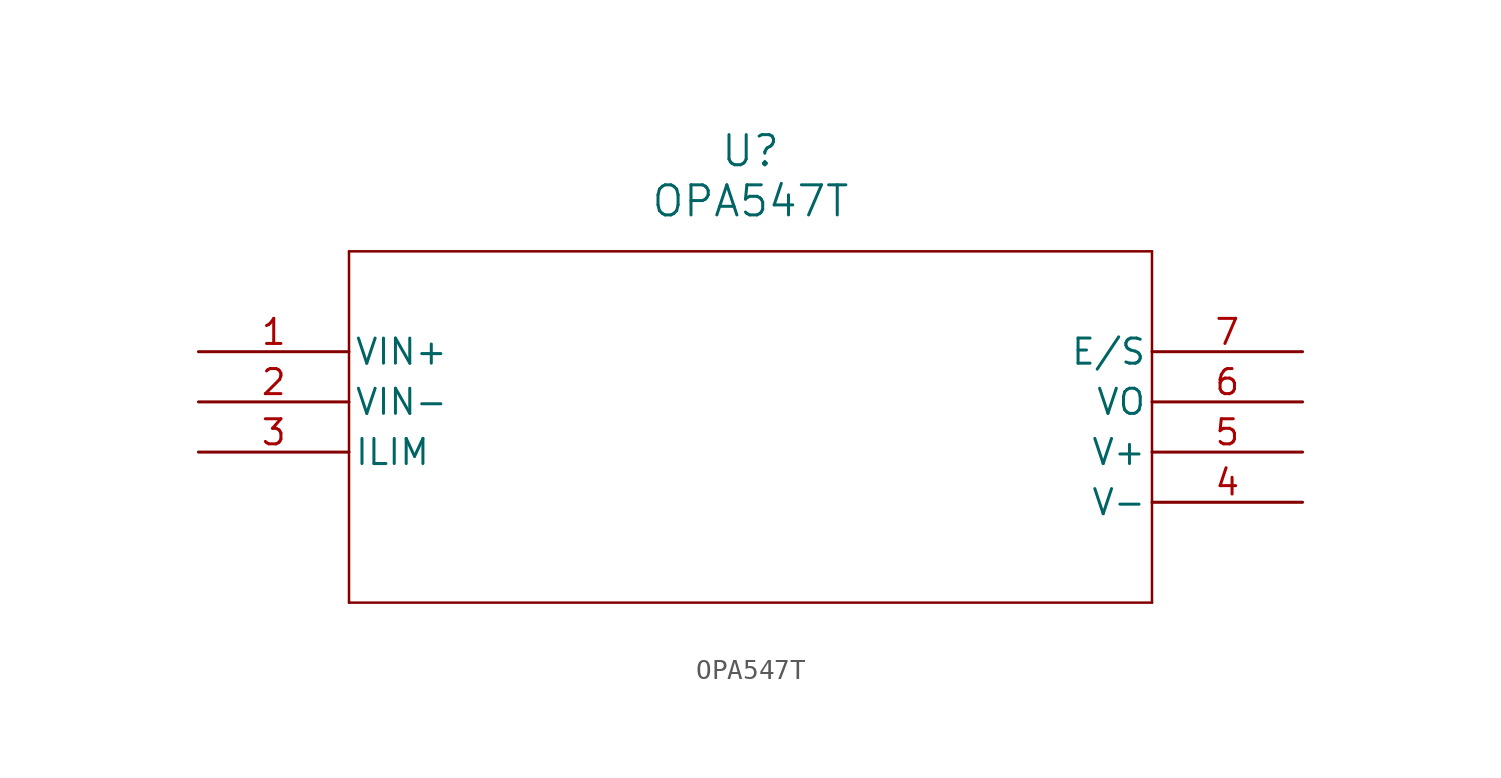
<source format=kicad_sym>
(kicad_symbol_lib
  (version 20211014)
  (generator kicad_symbol_editor)
  (symbol "OPA547T"
    (pin_names
      (offset 0.254))
    (property "Reference" "U"
      (at 27.94 10.16 0)
      (effects (font (size 1.524 1.524))))
    (property "Value" "OPA547T"
      (at 27.94 7.62 0)
      (effects (font (size 1.524 1.524))))
    (symbol "OPA547T_0_1"
      (polyline (pts (xy 7.62 5.08) (xy 7.62 -12.7)) (stroke (width 0.127) (type default) (color 0 0 0 0)) (fill (type none)))
      (polyline (pts (xy 7.62 -12.7) (xy 48.26 -12.7)) (stroke (width 0.127) (type default) (color 0 0 0 0)) (fill (type none)))
      (polyline (pts (xy 48.26 -12.7) (xy 48.26 5.08)) (stroke (width 0.127) (type default) (color 0 0 0 0)) (fill (type none)))
      (polyline (pts (xy 48.26 5.08) (xy 7.62 5.08)) (stroke (width 0.127) (type default) (color 0 0 0 0)) (fill (type none)))
      (pin input line (at 0 0 0) (length 7.62) (name "VIN+" (effects (font (size 1.27 1.27)))) (number "1" (effects (font (size 1.27 1.27)))))
      (pin input line (at 0 -2.54 0) (length 7.62) (name "VIN-" (effects (font (size 1.27 1.27)))) (number "2" (effects (font (size 1.27 1.27)))))
      (pin unspecified line (at 0 -5.08 0) (length 7.62) (name "ILIM" (effects (font (size 1.27 1.27)))) (number "3" (effects (font (size 1.27 1.27)))))
      (pin power_in line (at 55.88 -7.62 180) (length 7.62) (name "V-" (effects (font (size 1.27 1.27)))) (number "4" (effects (font (size 1.27 1.27)))))
      (pin power_in line (at 55.88 -5.08 180) (length 7.62) (name "V+" (effects (font (size 1.27 1.27)))) (number "5" (effects (font (size 1.27 1.27)))))
      (pin output line (at 55.88 -2.54 180) (length 7.62) (name "VO" (effects (font (size 1.27 1.27)))) (number "6" (effects (font (size 1.27 1.27)))))
      (pin unspecified line (at 55.88 0 180) (length 7.62) (name "E/S" (effects (font (size 1.27 1.27)))) (number "7" (effects (font (size 1.27 1.27))))))))
</source>
